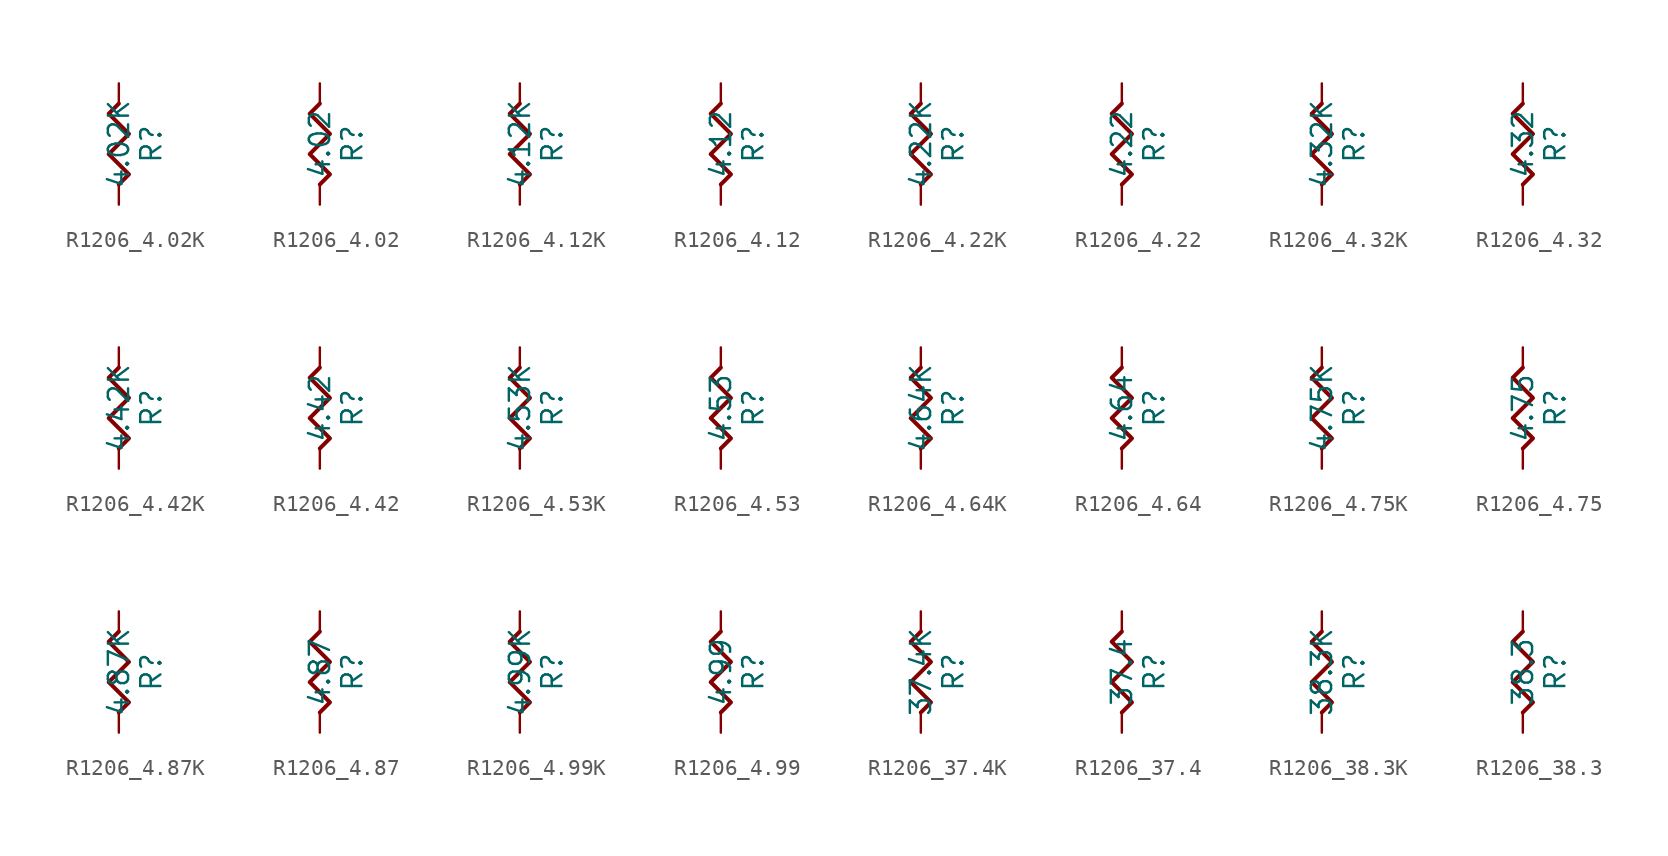
<source format=kicad_sym>
(kicad_symbol_lib
  (version 20211014)
  (generator atlantix-eda)
  (symbol "R1206_4.02K"
    (pin_numbers hide)
    (pin_names
      (offset 0))
    (property "Reference" "R"
      (at 2.032 0 90)
      (effects (font (size 1.27 1.27))))
    (property "Value" "4.02K"
      (at 0 0 90)
      (effects (font (size 1.27 1.27))))
    (symbol "R1206_4.02K_0_1"
      (polyline (pts (xy 0 -2.54) (xy 0.635 -1.905) (xy -0.635 -0.635) (xy 0.635 0.635) (xy -0.635 1.905) (xy 0 2.54)) (stroke (width 0.254) (type default) (color 0 0 0 0)) (fill (type none))))
    (symbol "R1206_4.02K_1_1"
      (pin passive line (at 0 3.81 270) (length 1.27) (name "~" (effects (font (size 1.27 1.27)))) (number "1" (effects (font (size 1.27 1.27)))))
      (pin passive line (at 0 -3.81 90) (length 1.27) (name "~" (effects (font (size 1.27 1.27)))) (number "2" (effects (font (size 1.27 1.27)))))))
  (symbol "R1206_4.02"
    (pin_numbers hide)
    (pin_names
      (offset 0))
    (property "Reference" "R"
      (at 2.032 0 90)
      (effects (font (size 1.27 1.27))))
    (property "Value" "4.02"
      (at 0 0 90)
      (effects (font (size 1.27 1.27))))
    (symbol "R1206_4.02_0_1"
      (polyline (pts (xy 0 -2.54) (xy 0.635 -1.905) (xy -0.635 -0.635) (xy 0.635 0.635) (xy -0.635 1.905) (xy 0 2.54)) (stroke (width 0.254) (type default) (color 0 0 0 0)) (fill (type none))))
    (symbol "R1206_4.02_1_1"
      (pin passive line (at 0 3.81 270) (length 1.27) (name "~" (effects (font (size 1.27 1.27)))) (number "1" (effects (font (size 1.27 1.27)))))
      (pin passive line (at 0 -3.81 90) (length 1.27) (name "~" (effects (font (size 1.27 1.27)))) (number "2" (effects (font (size 1.27 1.27)))))))
  (symbol "R1206_4.12K"
    (pin_numbers hide)
    (pin_names
      (offset 0))
    (property "Reference" "R"
      (at 2.032 0 90)
      (effects (font (size 1.27 1.27))))
    (property "Value" "4.12K"
      (at 0 0 90)
      (effects (font (size 1.27 1.27))))
    (symbol "R1206_4.12K_0_1"
      (polyline (pts (xy 0 -2.54) (xy 0.635 -1.905) (xy -0.635 -0.635) (xy 0.635 0.635) (xy -0.635 1.905) (xy 0 2.54)) (stroke (width 0.254) (type default) (color 0 0 0 0)) (fill (type none))))
    (symbol "R1206_4.12K_1_1"
      (pin passive line (at 0 3.81 270) (length 1.27) (name "~" (effects (font (size 1.27 1.27)))) (number "1" (effects (font (size 1.27 1.27)))))
      (pin passive line (at 0 -3.81 90) (length 1.27) (name "~" (effects (font (size 1.27 1.27)))) (number "2" (effects (font (size 1.27 1.27)))))))
  (symbol "R1206_4.12"
    (pin_numbers hide)
    (pin_names
      (offset 0))
    (property "Reference" "R"
      (at 2.032 0 90)
      (effects (font (size 1.27 1.27))))
    (property "Value" "4.12"
      (at 0 0 90)
      (effects (font (size 1.27 1.27))))
    (symbol "R1206_4.12_0_1"
      (polyline (pts (xy 0 -2.54) (xy 0.635 -1.905) (xy -0.635 -0.635) (xy 0.635 0.635) (xy -0.635 1.905) (xy 0 2.54)) (stroke (width 0.254) (type default) (color 0 0 0 0)) (fill (type none))))
    (symbol "R1206_4.12_1_1"
      (pin passive line (at 0 3.81 270) (length 1.27) (name "~" (effects (font (size 1.27 1.27)))) (number "1" (effects (font (size 1.27 1.27)))))
      (pin passive line (at 0 -3.81 90) (length 1.27) (name "~" (effects (font (size 1.27 1.27)))) (number "2" (effects (font (size 1.27 1.27)))))))
  (symbol "R1206_4.22K"
    (pin_numbers hide)
    (pin_names
      (offset 0))
    (property "Reference" "R"
      (at 2.032 0 90)
      (effects (font (size 1.27 1.27))))
    (property "Value" "4.22K"
      (at 0 0 90)
      (effects (font (size 1.27 1.27))))
    (symbol "R1206_4.22K_0_1"
      (polyline (pts (xy 0 -2.54) (xy 0.635 -1.905) (xy -0.635 -0.635) (xy 0.635 0.635) (xy -0.635 1.905) (xy 0 2.54)) (stroke (width 0.254) (type default) (color 0 0 0 0)) (fill (type none))))
    (symbol "R1206_4.22K_1_1"
      (pin passive line (at 0 3.81 270) (length 1.27) (name "~" (effects (font (size 1.27 1.27)))) (number "1" (effects (font (size 1.27 1.27)))))
      (pin passive line (at 0 -3.81 90) (length 1.27) (name "~" (effects (font (size 1.27 1.27)))) (number "2" (effects (font (size 1.27 1.27)))))))
  (symbol "R1206_4.22"
    (pin_numbers hide)
    (pin_names
      (offset 0))
    (property "Reference" "R"
      (at 2.032 0 90)
      (effects (font (size 1.27 1.27))))
    (property "Value" "4.22"
      (at 0 0 90)
      (effects (font (size 1.27 1.27))))
    (symbol "R1206_4.22_0_1"
      (polyline (pts (xy 0 -2.54) (xy 0.635 -1.905) (xy -0.635 -0.635) (xy 0.635 0.635) (xy -0.635 1.905) (xy 0 2.54)) (stroke (width 0.254) (type default) (color 0 0 0 0)) (fill (type none))))
    (symbol "R1206_4.22_1_1"
      (pin passive line (at 0 3.81 270) (length 1.27) (name "~" (effects (font (size 1.27 1.27)))) (number "1" (effects (font (size 1.27 1.27)))))
      (pin passive line (at 0 -3.81 90) (length 1.27) (name "~" (effects (font (size 1.27 1.27)))) (number "2" (effects (font (size 1.27 1.27)))))))
  (symbol "R1206_4.32K"
    (pin_numbers hide)
    (pin_names
      (offset 0))
    (property "Reference" "R"
      (at 2.032 0 90)
      (effects (font (size 1.27 1.27))))
    (property "Value" "4.32K"
      (at 0 0 90)
      (effects (font (size 1.27 1.27))))
    (symbol "R1206_4.32K_0_1"
      (polyline (pts (xy 0 -2.54) (xy 0.635 -1.905) (xy -0.635 -0.635) (xy 0.635 0.635) (xy -0.635 1.905) (xy 0 2.54)) (stroke (width 0.254) (type default) (color 0 0 0 0)) (fill (type none))))
    (symbol "R1206_4.32K_1_1"
      (pin passive line (at 0 3.81 270) (length 1.27) (name "~" (effects (font (size 1.27 1.27)))) (number "1" (effects (font (size 1.27 1.27)))))
      (pin passive line (at 0 -3.81 90) (length 1.27) (name "~" (effects (font (size 1.27 1.27)))) (number "2" (effects (font (size 1.27 1.27)))))))
  (symbol "R1206_4.32"
    (pin_numbers hide)
    (pin_names
      (offset 0))
    (property "Reference" "R"
      (at 2.032 0 90)
      (effects (font (size 1.27 1.27))))
    (property "Value" "4.32"
      (at 0 0 90)
      (effects (font (size 1.27 1.27))))
    (symbol "R1206_4.32_0_1"
      (polyline (pts (xy 0 -2.54) (xy 0.635 -1.905) (xy -0.635 -0.635) (xy 0.635 0.635) (xy -0.635 1.905) (xy 0 2.54)) (stroke (width 0.254) (type default) (color 0 0 0 0)) (fill (type none))))
    (symbol "R1206_4.32_1_1"
      (pin passive line (at 0 3.81 270) (length 1.27) (name "~" (effects (font (size 1.27 1.27)))) (number "1" (effects (font (size 1.27 1.27)))))
      (pin passive line (at 0 -3.81 90) (length 1.27) (name "~" (effects (font (size 1.27 1.27)))) (number "2" (effects (font (size 1.27 1.27)))))))
  (symbol "R1206_4.42K"
    (pin_numbers hide)
    (pin_names
      (offset 0))
    (property "Reference" "R"
      (at 2.032 0 90)
      (effects (font (size 1.27 1.27))))
    (property "Value" "4.42K"
      (at 0 0 90)
      (effects (font (size 1.27 1.27))))
    (symbol "R1206_4.42K_0_1"
      (polyline (pts (xy 0 -2.54) (xy 0.635 -1.905) (xy -0.635 -0.635) (xy 0.635 0.635) (xy -0.635 1.905) (xy 0 2.54)) (stroke (width 0.254) (type default) (color 0 0 0 0)) (fill (type none))))
    (symbol "R1206_4.42K_1_1"
      (pin passive line (at 0 3.81 270) (length 1.27) (name "~" (effects (font (size 1.27 1.27)))) (number "1" (effects (font (size 1.27 1.27)))))
      (pin passive line (at 0 -3.81 90) (length 1.27) (name "~" (effects (font (size 1.27 1.27)))) (number "2" (effects (font (size 1.27 1.27)))))))
  (symbol "R1206_4.42"
    (pin_numbers hide)
    (pin_names
      (offset 0))
    (property "Reference" "R"
      (at 2.032 0 90)
      (effects (font (size 1.27 1.27))))
    (property "Value" "4.42"
      (at 0 0 90)
      (effects (font (size 1.27 1.27))))
    (symbol "R1206_4.42_0_1"
      (polyline (pts (xy 0 -2.54) (xy 0.635 -1.905) (xy -0.635 -0.635) (xy 0.635 0.635) (xy -0.635 1.905) (xy 0 2.54)) (stroke (width 0.254) (type default) (color 0 0 0 0)) (fill (type none))))
    (symbol "R1206_4.42_1_1"
      (pin passive line (at 0 3.81 270) (length 1.27) (name "~" (effects (font (size 1.27 1.27)))) (number "1" (effects (font (size 1.27 1.27)))))
      (pin passive line (at 0 -3.81 90) (length 1.27) (name "~" (effects (font (size 1.27 1.27)))) (number "2" (effects (font (size 1.27 1.27)))))))
  (symbol "R1206_4.53K"
    (pin_numbers hide)
    (pin_names
      (offset 0))
    (property "Reference" "R"
      (at 2.032 0 90)
      (effects (font (size 1.27 1.27))))
    (property "Value" "4.53K"
      (at 0 0 90)
      (effects (font (size 1.27 1.27))))
    (symbol "R1206_4.53K_0_1"
      (polyline (pts (xy 0 -2.54) (xy 0.635 -1.905) (xy -0.635 -0.635) (xy 0.635 0.635) (xy -0.635 1.905) (xy 0 2.54)) (stroke (width 0.254) (type default) (color 0 0 0 0)) (fill (type none))))
    (symbol "R1206_4.53K_1_1"
      (pin passive line (at 0 3.81 270) (length 1.27) (name "~" (effects (font (size 1.27 1.27)))) (number "1" (effects (font (size 1.27 1.27)))))
      (pin passive line (at 0 -3.81 90) (length 1.27) (name "~" (effects (font (size 1.27 1.27)))) (number "2" (effects (font (size 1.27 1.27)))))))
  (symbol "R1206_4.53"
    (pin_numbers hide)
    (pin_names
      (offset 0))
    (property "Reference" "R"
      (at 2.032 0 90)
      (effects (font (size 1.27 1.27))))
    (property "Value" "4.53"
      (at 0 0 90)
      (effects (font (size 1.27 1.27))))
    (symbol "R1206_4.53_0_1"
      (polyline (pts (xy 0 -2.54) (xy 0.635 -1.905) (xy -0.635 -0.635) (xy 0.635 0.635) (xy -0.635 1.905) (xy 0 2.54)) (stroke (width 0.254) (type default) (color 0 0 0 0)) (fill (type none))))
    (symbol "R1206_4.53_1_1"
      (pin passive line (at 0 3.81 270) (length 1.27) (name "~" (effects (font (size 1.27 1.27)))) (number "1" (effects (font (size 1.27 1.27)))))
      (pin passive line (at 0 -3.81 90) (length 1.27) (name "~" (effects (font (size 1.27 1.27)))) (number "2" (effects (font (size 1.27 1.27)))))))
  (symbol "R1206_4.64K"
    (pin_numbers hide)
    (pin_names
      (offset 0))
    (property "Reference" "R"
      (at 2.032 0 90)
      (effects (font (size 1.27 1.27))))
    (property "Value" "4.64K"
      (at 0 0 90)
      (effects (font (size 1.27 1.27))))
    (symbol "R1206_4.64K_0_1"
      (polyline (pts (xy 0 -2.54) (xy 0.635 -1.905) (xy -0.635 -0.635) (xy 0.635 0.635) (xy -0.635 1.905) (xy 0 2.54)) (stroke (width 0.254) (type default) (color 0 0 0 0)) (fill (type none))))
    (symbol "R1206_4.64K_1_1"
      (pin passive line (at 0 3.81 270) (length 1.27) (name "~" (effects (font (size 1.27 1.27)))) (number "1" (effects (font (size 1.27 1.27)))))
      (pin passive line (at 0 -3.81 90) (length 1.27) (name "~" (effects (font (size 1.27 1.27)))) (number "2" (effects (font (size 1.27 1.27)))))))
  (symbol "R1206_4.64"
    (pin_numbers hide)
    (pin_names
      (offset 0))
    (property "Reference" "R"
      (at 2.032 0 90)
      (effects (font (size 1.27 1.27))))
    (property "Value" "4.64"
      (at 0 0 90)
      (effects (font (size 1.27 1.27))))
    (symbol "R1206_4.64_0_1"
      (polyline (pts (xy 0 -2.54) (xy 0.635 -1.905) (xy -0.635 -0.635) (xy 0.635 0.635) (xy -0.635 1.905) (xy 0 2.54)) (stroke (width 0.254) (type default) (color 0 0 0 0)) (fill (type none))))
    (symbol "R1206_4.64_1_1"
      (pin passive line (at 0 3.81 270) (length 1.27) (name "~" (effects (font (size 1.27 1.27)))) (number "1" (effects (font (size 1.27 1.27)))))
      (pin passive line (at 0 -3.81 90) (length 1.27) (name "~" (effects (font (size 1.27 1.27)))) (number "2" (effects (font (size 1.27 1.27)))))))
  (symbol "R1206_4.75K"
    (pin_numbers hide)
    (pin_names
      (offset 0))
    (property "Reference" "R"
      (at 2.032 0 90)
      (effects (font (size 1.27 1.27))))
    (property "Value" "4.75K"
      (at 0 0 90)
      (effects (font (size 1.27 1.27))))
    (symbol "R1206_4.75K_0_1"
      (polyline (pts (xy 0 -2.54) (xy 0.635 -1.905) (xy -0.635 -0.635) (xy 0.635 0.635) (xy -0.635 1.905) (xy 0 2.54)) (stroke (width 0.254) (type default) (color 0 0 0 0)) (fill (type none))))
    (symbol "R1206_4.75K_1_1"
      (pin passive line (at 0 3.81 270) (length 1.27) (name "~" (effects (font (size 1.27 1.27)))) (number "1" (effects (font (size 1.27 1.27)))))
      (pin passive line (at 0 -3.81 90) (length 1.27) (name "~" (effects (font (size 1.27 1.27)))) (number "2" (effects (font (size 1.27 1.27)))))))
  (symbol "R1206_4.75"
    (pin_numbers hide)
    (pin_names
      (offset 0))
    (property "Reference" "R"
      (at 2.032 0 90)
      (effects (font (size 1.27 1.27))))
    (property "Value" "4.75"
      (at 0 0 90)
      (effects (font (size 1.27 1.27))))
    (symbol "R1206_4.75_0_1"
      (polyline (pts (xy 0 -2.54) (xy 0.635 -1.905) (xy -0.635 -0.635) (xy 0.635 0.635) (xy -0.635 1.905) (xy 0 2.54)) (stroke (width 0.254) (type default) (color 0 0 0 0)) (fill (type none))))
    (symbol "R1206_4.75_1_1"
      (pin passive line (at 0 3.81 270) (length 1.27) (name "~" (effects (font (size 1.27 1.27)))) (number "1" (effects (font (size 1.27 1.27)))))
      (pin passive line (at 0 -3.81 90) (length 1.27) (name "~" (effects (font (size 1.27 1.27)))) (number "2" (effects (font (size 1.27 1.27)))))))
  (symbol "R1206_4.87K"
    (pin_numbers hide)
    (pin_names
      (offset 0))
    (property "Reference" "R"
      (at 2.032 0 90)
      (effects (font (size 1.27 1.27))))
    (property "Value" "4.87K"
      (at 0 0 90)
      (effects (font (size 1.27 1.27))))
    (symbol "R1206_4.87K_0_1"
      (polyline (pts (xy 0 -2.54) (xy 0.635 -1.905) (xy -0.635 -0.635) (xy 0.635 0.635) (xy -0.635 1.905) (xy 0 2.54)) (stroke (width 0.254) (type default) (color 0 0 0 0)) (fill (type none))))
    (symbol "R1206_4.87K_1_1"
      (pin passive line (at 0 3.81 270) (length 1.27) (name "~" (effects (font (size 1.27 1.27)))) (number "1" (effects (font (size 1.27 1.27)))))
      (pin passive line (at 0 -3.81 90) (length 1.27) (name "~" (effects (font (size 1.27 1.27)))) (number "2" (effects (font (size 1.27 1.27)))))))
  (symbol "R1206_4.87"
    (pin_numbers hide)
    (pin_names
      (offset 0))
    (property "Reference" "R"
      (at 2.032 0 90)
      (effects (font (size 1.27 1.27))))
    (property "Value" "4.87"
      (at 0 0 90)
      (effects (font (size 1.27 1.27))))
    (symbol "R1206_4.87_0_1"
      (polyline (pts (xy 0 -2.54) (xy 0.635 -1.905) (xy -0.635 -0.635) (xy 0.635 0.635) (xy -0.635 1.905) (xy 0 2.54)) (stroke (width 0.254) (type default) (color 0 0 0 0)) (fill (type none))))
    (symbol "R1206_4.87_1_1"
      (pin passive line (at 0 3.81 270) (length 1.27) (name "~" (effects (font (size 1.27 1.27)))) (number "1" (effects (font (size 1.27 1.27)))))
      (pin passive line (at 0 -3.81 90) (length 1.27) (name "~" (effects (font (size 1.27 1.27)))) (number "2" (effects (font (size 1.27 1.27)))))))
  (symbol "R1206_4.99K"
    (pin_numbers hide)
    (pin_names
      (offset 0))
    (property "Reference" "R"
      (at 2.032 0 90)
      (effects (font (size 1.27 1.27))))
    (property "Value" "4.99K"
      (at 0 0 90)
      (effects (font (size 1.27 1.27))))
    (symbol "R1206_4.99K_0_1"
      (polyline (pts (xy 0 -2.54) (xy 0.635 -1.905) (xy -0.635 -0.635) (xy 0.635 0.635) (xy -0.635 1.905) (xy 0 2.54)) (stroke (width 0.254) (type default) (color 0 0 0 0)) (fill (type none))))
    (symbol "R1206_4.99K_1_1"
      (pin passive line (at 0 3.81 270) (length 1.27) (name "~" (effects (font (size 1.27 1.27)))) (number "1" (effects (font (size 1.27 1.27)))))
      (pin passive line (at 0 -3.81 90) (length 1.27) (name "~" (effects (font (size 1.27 1.27)))) (number "2" (effects (font (size 1.27 1.27)))))))
  (symbol "R1206_4.99"
    (pin_numbers hide)
    (pin_names
      (offset 0))
    (property "Reference" "R"
      (at 2.032 0 90)
      (effects (font (size 1.27 1.27))))
    (property "Value" "4.99"
      (at 0 0 90)
      (effects (font (size 1.27 1.27))))
    (symbol "R1206_4.99_0_1"
      (polyline (pts (xy 0 -2.54) (xy 0.635 -1.905) (xy -0.635 -0.635) (xy 0.635 0.635) (xy -0.635 1.905) (xy 0 2.54)) (stroke (width 0.254) (type default) (color 0 0 0 0)) (fill (type none))))
    (symbol "R1206_4.99_1_1"
      (pin passive line (at 0 3.81 270) (length 1.27) (name "~" (effects (font (size 1.27 1.27)))) (number "1" (effects (font (size 1.27 1.27)))))
      (pin passive line (at 0 -3.81 90) (length 1.27) (name "~" (effects (font (size 1.27 1.27)))) (number "2" (effects (font (size 1.27 1.27)))))))
  (symbol "R1206_37.4K"
    (pin_numbers hide)
    (pin_names
      (offset 0))
    (property "Reference" "R"
      (at 2.032 0 90)
      (effects (font (size 1.27 1.27))))
    (property "Value" "37.4K"
      (at 0 0 90)
      (effects (font (size 1.27 1.27))))
    (symbol "R1206_37.4K_0_1"
      (polyline (pts (xy 0 -2.54) (xy 0.635 -1.905) (xy -0.635 -0.635) (xy 0.635 0.635) (xy -0.635 1.905) (xy 0 2.54)) (stroke (width 0.254) (type default) (color 0 0 0 0)) (fill (type none))))
    (symbol "R1206_37.4K_1_1"
      (pin passive line (at 0 3.81 270) (length 1.27) (name "~" (effects (font (size 1.27 1.27)))) (number "1" (effects (font (size 1.27 1.27)))))
      (pin passive line (at 0 -3.81 90) (length 1.27) (name "~" (effects (font (size 1.27 1.27)))) (number "2" (effects (font (size 1.27 1.27)))))))
  (symbol "R1206_37.4"
    (pin_numbers hide)
    (pin_names
      (offset 0))
    (property "Reference" "R"
      (at 2.032 0 90)
      (effects (font (size 1.27 1.27))))
    (property "Value" "37.4"
      (at 0 0 90)
      (effects (font (size 1.27 1.27))))
    (symbol "R1206_37.4_0_1"
      (polyline (pts (xy 0 -2.54) (xy 0.635 -1.905) (xy -0.635 -0.635) (xy 0.635 0.635) (xy -0.635 1.905) (xy 0 2.54)) (stroke (width 0.254) (type default) (color 0 0 0 0)) (fill (type none))))
    (symbol "R1206_37.4_1_1"
      (pin passive line (at 0 3.81 270) (length 1.27) (name "~" (effects (font (size 1.27 1.27)))) (number "1" (effects (font (size 1.27 1.27)))))
      (pin passive line (at 0 -3.81 90) (length 1.27) (name "~" (effects (font (size 1.27 1.27)))) (number "2" (effects (font (size 1.27 1.27)))))))
  (symbol "R1206_38.3K"
    (pin_numbers hide)
    (pin_names
      (offset 0))
    (property "Reference" "R"
      (at 2.032 0 90)
      (effects (font (size 1.27 1.27))))
    (property "Value" "38.3K"
      (at 0 0 90)
      (effects (font (size 1.27 1.27))))
    (symbol "R1206_38.3K_0_1"
      (polyline (pts (xy 0 -2.54) (xy 0.635 -1.905) (xy -0.635 -0.635) (xy 0.635 0.635) (xy -0.635 1.905) (xy 0 2.54)) (stroke (width 0.254) (type default) (color 0 0 0 0)) (fill (type none))))
    (symbol "R1206_38.3K_1_1"
      (pin passive line (at 0 3.81 270) (length 1.27) (name "~" (effects (font (size 1.27 1.27)))) (number "1" (effects (font (size 1.27 1.27)))))
      (pin passive line (at 0 -3.81 90) (length 1.27) (name "~" (effects (font (size 1.27 1.27)))) (number "2" (effects (font (size 1.27 1.27)))))))
  (symbol "R1206_38.3"
    (pin_numbers hide)
    (pin_names
      (offset 0))
    (property "Reference" "R"
      (at 2.032 0 90)
      (effects (font (size 1.27 1.27))))
    (property "Value" "38.3"
      (at 0 0 90)
      (effects (font (size 1.27 1.27))))
    (symbol "R1206_38.3_0_1"
      (polyline (pts (xy 0 -2.54) (xy 0.635 -1.905) (xy -0.635 -0.635) (xy 0.635 0.635) (xy -0.635 1.905) (xy 0 2.54)) (stroke (width 0.254) (type default) (color 0 0 0 0)) (fill (type none))))
    (symbol "R1206_38.3_1_1"
      (pin passive line (at 0 3.81 270) (length 1.27) (name "~" (effects (font (size 1.27 1.27)))) (number "1" (effects (font (size 1.27 1.27)))))
      (pin passive line (at 0 -3.81 90) (length 1.27) (name "~" (effects (font (size 1.27 1.27)))) (number "2" (effects (font (size 1.27 1.27))))))))
</source>
